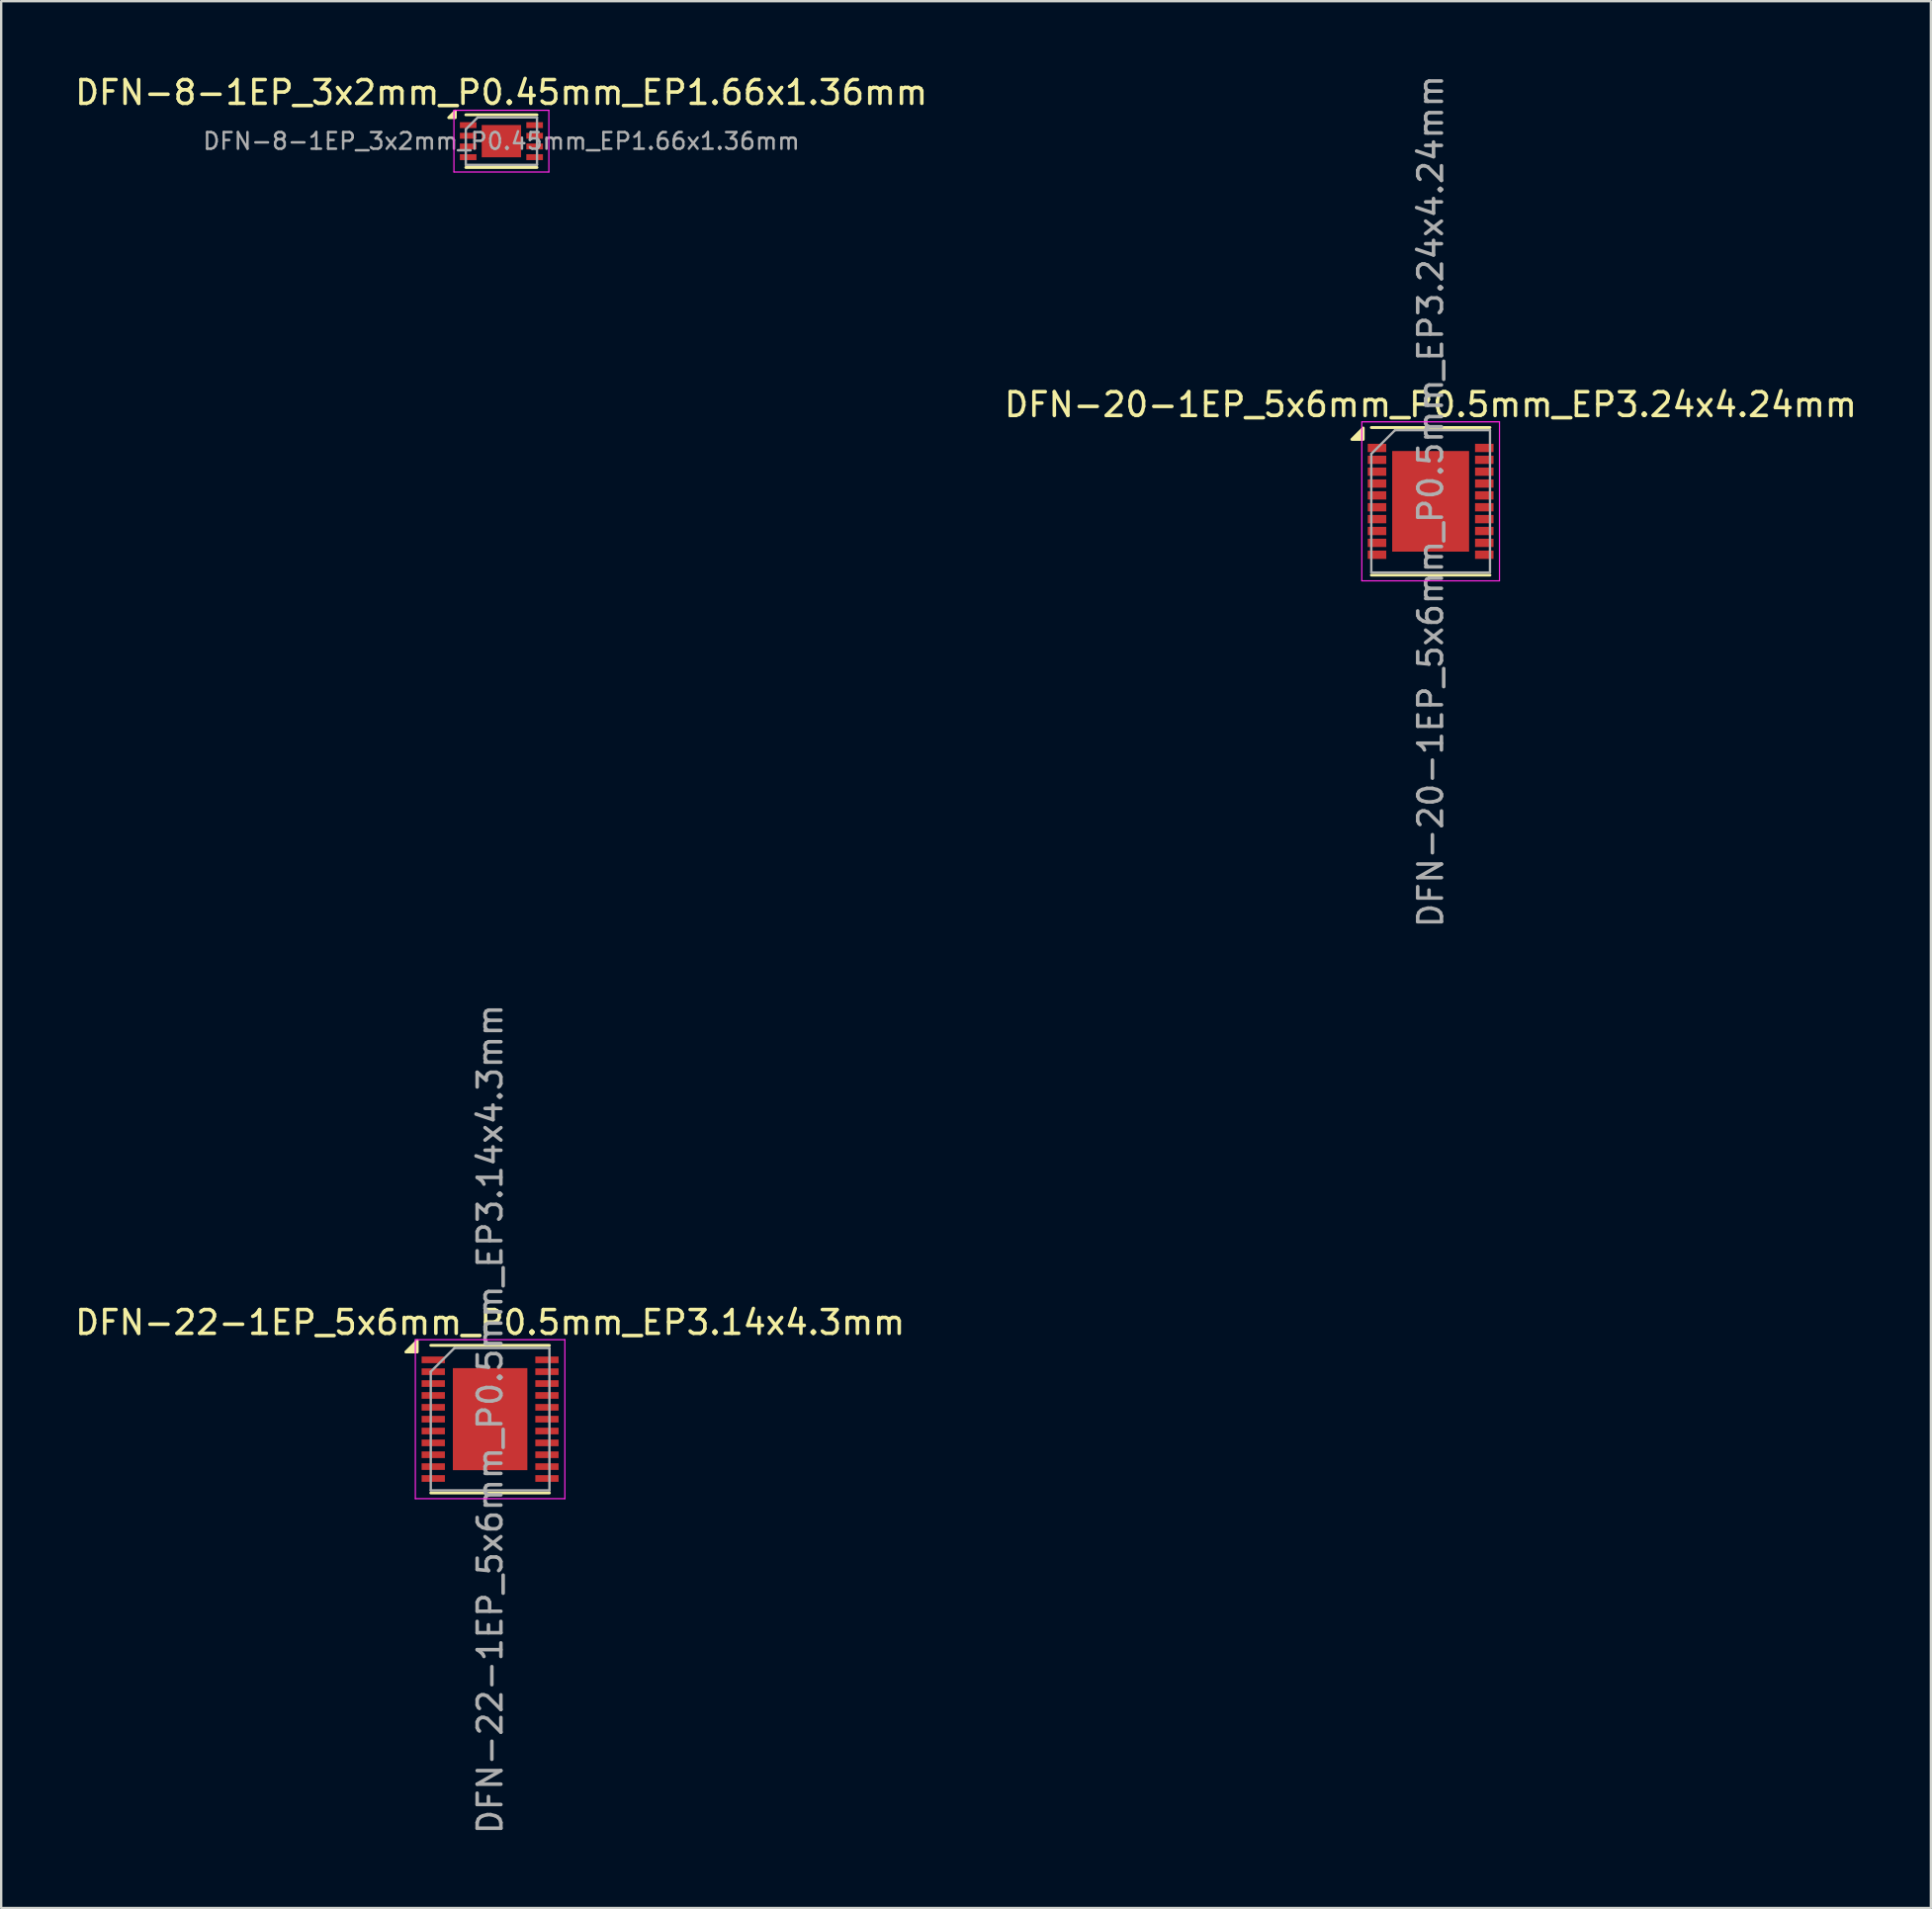
<source format=kicad_pcb>
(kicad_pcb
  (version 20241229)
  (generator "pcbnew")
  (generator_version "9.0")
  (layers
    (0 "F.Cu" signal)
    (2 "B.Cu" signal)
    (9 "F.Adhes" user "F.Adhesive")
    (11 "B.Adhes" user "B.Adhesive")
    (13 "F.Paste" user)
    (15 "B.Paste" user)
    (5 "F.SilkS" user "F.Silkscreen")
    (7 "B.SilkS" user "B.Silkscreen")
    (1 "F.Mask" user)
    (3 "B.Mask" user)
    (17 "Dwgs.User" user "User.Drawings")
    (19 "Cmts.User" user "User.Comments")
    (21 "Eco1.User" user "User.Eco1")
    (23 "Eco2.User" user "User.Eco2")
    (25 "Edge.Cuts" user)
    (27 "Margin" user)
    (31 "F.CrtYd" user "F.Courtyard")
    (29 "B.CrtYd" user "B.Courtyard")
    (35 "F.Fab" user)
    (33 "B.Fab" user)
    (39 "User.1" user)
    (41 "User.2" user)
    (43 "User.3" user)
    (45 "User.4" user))
  (footprint "DFN-8-1EP_3x2mm_P0.45mm_EP1.66x1.36mm"
    (layer "F.Cu")
    (at 18.077 2.898)
    (property "Reference" "DFN-8-1EP_3x2mm_P0.45mm_EP1.66x1.36mm" (at 0 -2.05 0) (layer "F.SilkS") (effects (font (size 1 1) (thickness 0.15))))
    (attr smd)
    (fp_line (start -1.5 -1.11) (end 1.5 -1.11) (stroke (width 0.12) (type solid)) (layer "F.SilkS"))
    (fp_line (start -1.5 1.11) (end 1.5 1.11) (stroke (width 0.12) (type solid)) (layer "F.SilkS"))
    (fp_poly (pts (xy -1.94 -0.99) (xy -2.22 -0.99) (xy -1.94 -1.27) (xy -1.94 -0.99)) (stroke (width 0.12) (type solid)) (fill yes) (layer "F.SilkS"))
    (fp_line (start -2 -1.3) (end -2 1.3) (stroke (width 0.05) (type solid)) (layer "F.CrtYd"))
    (fp_line (start -2 -1.3) (end 2 -1.3) (stroke (width 0.05) (type solid)) (layer "F.CrtYd"))
    (fp_line (start -2 1.3) (end 2 1.3) (stroke (width 0.05) (type solid)) (layer "F.CrtYd"))
    (fp_line (start 2 -1.3) (end 2 1.3) (stroke (width 0.05) (type solid)) (layer "F.CrtYd"))
    (fp_line (start -1.5 -0.5) (end -1 -1) (stroke (width 0.1) (type solid)) (layer "F.Fab"))
    (fp_line (start -1.5 1) (end -1.5 -0.5) (stroke (width 0.1) (type solid)) (layer "F.Fab"))
    (fp_line (start -1 -1) (end 1.5 -1) (stroke (width 0.1) (type solid)) (layer "F.Fab"))
    (fp_line (start 1.5 -1) (end 1.5 1) (stroke (width 0.1) (type solid)) (layer "F.Fab"))
    (fp_line (start 1.5 1) (end -1.5 1) (stroke (width 0.1) (type solid)) (layer "F.Fab"))
    (fp_text user "${REFERENCE}" (at 0 0 0) (layer "F.Fab") (effects (font (size 0.7 0.7) (thickness 0.105))))
    (pad "" smd rect (at -0.415 -0.34) (size 0.66 0.55) (layers "F.Paste"))
    (pad "" smd rect (at -0.415 0.34) (size 0.66 0.55) (layers "F.Paste"))
    (pad "" smd rect (at 0.415 -0.34) (size 0.66 0.55) (layers "F.Paste"))
    (pad "" smd rect (at 0.415 0.34) (size 0.66 0.55) (layers "F.Paste"))
    (pad "1" smd rect (at -1.4 -0.675) (size 0.7 0.25) (layers "F.Cu" "F.Mask" "F.Paste"))
    (pad "2" smd rect (at -1.4 -0.225) (size 0.7 0.25) (layers "F.Cu" "F.Mask" "F.Paste"))
    (pad "3" smd rect (at -1.4 0.225) (size 0.7 0.25) (layers "F.Cu" "F.Mask" "F.Paste"))
    (pad "4" smd rect (at -1.4 0.675) (size 0.7 0.25) (layers "F.Cu" "F.Mask" "F.Paste"))
    (pad "5" smd rect (at 1.4 0.675) (size 0.7 0.25) (layers "F.Cu" "F.Mask" "F.Paste"))
    (pad "6" smd rect (at 1.4 0.225) (size 0.7 0.25) (layers "F.Cu" "F.Mask" "F.Paste"))
    (pad "7" smd rect (at 1.4 -0.225) (size 0.7 0.25) (layers "F.Cu" "F.Mask" "F.Paste"))
    (pad "8" smd rect (at 1.4 -0.675) (size 0.7 0.25) (layers "F.Cu" "F.Mask" "F.Paste"))
    (pad "9" smd rect (at 0 0) (size 1.66 1.36) (layers "F.Cu" "F.Mask")))
  (footprint "DFN-20-1EP_5x6mm_P0.5mm_EP3.24x4.24mm"
    (layer "F.Cu")
    (at 57.232 18.077)
    (property "Reference" "DFN-20-1EP_5x6mm_P0.5mm_EP3.24x4.24mm" (at 0 -4.075 0) (layer "F.SilkS") (effects (font (size 1 1) (thickness 0.15))))
    (attr smd)
    (fp_line (start -2.5 -3.11) (end 2.5 -3.11) (stroke (width 0.12) (type solid)) (layer "F.SilkS"))
    (fp_line (start -2.5 3.11) (end 2.5 3.11) (stroke (width 0.12) (type solid)) (layer "F.SilkS"))
    (fp_poly (pts (xy -2.84 -2.61) (xy -3.32 -2.61) (xy -2.84 -3.09) (xy -2.84 -2.61)) (stroke (width 0.12) (type solid)) (fill yes) (layer "F.SilkS"))
    (fp_line (start -2.9 -3.35) (end -2.9 3.35) (stroke (width 0.05) (type solid)) (layer "F.CrtYd"))
    (fp_line (start -2.9 -3.35) (end 2.9 -3.35) (stroke (width 0.05) (type solid)) (layer "F.CrtYd"))
    (fp_line (start -2.9 3.35) (end 2.9 3.35) (stroke (width 0.05) (type solid)) (layer "F.CrtYd"))
    (fp_line (start 2.9 -3.35) (end 2.9 3.35) (stroke (width 0.05) (type solid)) (layer "F.CrtYd"))
    (fp_line (start -2.5 -2) (end -1.5 -3) (stroke (width 0.1) (type solid)) (layer "F.Fab"))
    (fp_line (start -2.5 3) (end -2.5 -2) (stroke (width 0.1) (type solid)) (layer "F.Fab"))
    (fp_line (start -1.5 -3) (end 2.5 -3) (stroke (width 0.1) (type solid)) (layer "F.Fab"))
    (fp_line (start 2.5 -3) (end 2.5 3) (stroke (width 0.1) (type solid)) (layer "F.Fab"))
    (fp_line (start 2.5 3) (end -2.5 3) (stroke (width 0.1) (type solid)) (layer "F.Fab"))
    (fp_text user "${REFERENCE}" (at 0 0 90) (layer "F.Fab") (effects (font (size 1 1) (thickness 0.15))))
    (pad "" smd rect (at -1.08 -1.59) (size 0.86 0.86) (layers "F.Paste"))
    (pad "" smd rect (at -1.08 -0.53) (size 0.86 0.86) (layers "F.Paste"))
    (pad "" smd rect (at -1.08 0.53) (size 0.86 0.86) (layers "F.Paste"))
    (pad "" smd rect (at -1.08 1.59) (size 0.86 0.86) (layers "F.Paste"))
    (pad "" smd rect (at 0 -1.59) (size 0.86 0.86) (layers "F.Paste"))
    (pad "" smd rect (at 0 -0.53) (size 0.86 0.86) (layers "F.Paste"))
    (pad "" smd rect (at 0 0.53) (size 0.86 0.86) (layers "F.Paste"))
    (pad "" smd rect (at 0 1.59) (size 0.86 0.86) (layers "F.Paste"))
    (pad "" smd rect (at 1.08 -1.59) (size 0.86 0.86) (layers "F.Paste"))
    (pad "" smd rect (at 1.08 -0.53) (size 0.86 0.86) (layers "F.Paste"))
    (pad "" smd rect (at 1.08 0.53) (size 0.86 0.86) (layers "F.Paste"))
    (pad "" smd rect (at 1.08 1.59) (size 0.86 0.86) (layers "F.Paste"))
    (pad "1" smd rect (at -2.26 -2.25) (size 0.78 0.35) (layers "F.Cu" "F.Mask" "F.Paste"))
    (pad "2" smd rect (at -2.26 -1.75) (size 0.78 0.35) (layers "F.Cu" "F.Mask" "F.Paste"))
    (pad "3" smd rect (at -2.26 -1.25) (size 0.78 0.35) (layers "F.Cu" "F.Mask" "F.Paste"))
    (pad "4" smd rect (at -2.26 -0.75) (size 0.78 0.35) (layers "F.Cu" "F.Mask" "F.Paste"))
    (pad "5" smd rect (at -2.26 -0.25) (size 0.78 0.35) (layers "F.Cu" "F.Mask" "F.Paste"))
    (pad "6" smd rect (at -2.26 0.25) (size 0.78 0.35) (layers "F.Cu" "F.Mask" "F.Paste"))
    (pad "7" smd rect (at -2.26 0.75) (size 0.78 0.35) (layers "F.Cu" "F.Mask" "F.Paste"))
    (pad "8" smd rect (at -2.26 1.25) (size 0.78 0.35) (layers "F.Cu" "F.Mask" "F.Paste"))
    (pad "9" smd rect (at -2.26 1.75) (size 0.78 0.35) (layers "F.Cu" "F.Mask" "F.Paste"))
    (pad "10" smd rect (at -2.26 2.25) (size 0.78 0.35) (layers "F.Cu" "F.Mask" "F.Paste"))
    (pad "11" smd rect (at 2.26 2.25) (size 0.78 0.35) (layers "F.Cu" "F.Mask" "F.Paste"))
    (pad "12" smd rect (at 2.26 1.75) (size 0.78 0.35) (layers "F.Cu" "F.Mask" "F.Paste"))
    (pad "13" smd rect (at 2.26 1.25) (size 0.78 0.35) (layers "F.Cu" "F.Mask" "F.Paste"))
    (pad "14" smd rect (at 2.26 0.75) (size 0.78 0.35) (layers "F.Cu" "F.Mask" "F.Paste"))
    (pad "15" smd rect (at 2.26 0.25) (size 0.78 0.35) (layers "F.Cu" "F.Mask" "F.Paste"))
    (pad "16" smd rect (at 2.26 -0.25) (size 0.78 0.35) (layers "F.Cu" "F.Mask" "F.Paste"))
    (pad "17" smd rect (at 2.26 -0.75) (size 0.78 0.35) (layers "F.Cu" "F.Mask" "F.Paste"))
    (pad "18" smd rect (at 2.26 -1.25) (size 0.78 0.35) (layers "F.Cu" "F.Mask" "F.Paste"))
    (pad "19" smd rect (at 2.26 -1.75) (size 0.78 0.35) (layers "F.Cu" "F.Mask" "F.Paste"))
    (pad "20" smd rect (at 2.26 -2.25) (size 0.78 0.35) (layers "F.Cu" "F.Mask" "F.Paste"))
    (pad "21" smd rect (at 0 0) (size 3.24 4.24) (layers "F.Cu" "F.Mask")))
  (footprint "DFN-22-1EP_5x6mm_P0.5mm_EP3.14x4.3mm"
    (layer "F.Cu")
    (at 17.601 56.756)
    (property "Reference" "DFN-22-1EP_5x6mm_P0.5mm_EP3.14x4.3mm" (at 0 -4.075 0) (layer "F.SilkS") (effects (font (size 1 1) (thickness 0.15))))
    (attr smd)
    (fp_line (start -2.5 -3.11) (end 2.5 -3.11) (stroke (width 0.12) (type solid)) (layer "F.SilkS"))
    (fp_line (start -2.5 3.11) (end 2.5 3.11) (stroke (width 0.12) (type solid)) (layer "F.SilkS"))
    (fp_poly (pts (xy -3.07 -2.83) (xy -3.55 -2.83) (xy -3.07 -3.31) (xy -3.07 -2.83)) (stroke (width 0.12) (type solid)) (fill yes) (layer "F.SilkS"))
    (fp_line (start -3.15 -3.35) (end -3.15 3.35) (stroke (width 0.05) (type solid)) (layer "F.CrtYd"))
    (fp_line (start -3.15 -3.35) (end 3.15 -3.35) (stroke (width 0.05) (type solid)) (layer "F.CrtYd"))
    (fp_line (start -3.15 3.35) (end 3.15 3.35) (stroke (width 0.05) (type solid)) (layer "F.CrtYd"))
    (fp_line (start 3.15 -3.35) (end 3.15 3.35) (stroke (width 0.05) (type solid)) (layer "F.CrtYd"))
    (fp_line (start -2.5 -2) (end -1.5 -3) (stroke (width 0.1) (type solid)) (layer "F.Fab"))
    (fp_line (start -2.5 3) (end -2.5 -2) (stroke (width 0.1) (type solid)) (layer "F.Fab"))
    (fp_line (start -1.5 -3) (end 2.5 -3) (stroke (width 0.1) (type solid)) (layer "F.Fab"))
    (fp_line (start 2.5 -3) (end 2.5 3) (stroke (width 0.1) (type solid)) (layer "F.Fab"))
    (fp_line (start 2.5 3) (end -2.5 3) (stroke (width 0.1) (type solid)) (layer "F.Fab"))
    (fp_text user "${REFERENCE}" (at 0 0 90) (layer "F.Fab") (effects (font (size 1 1) (thickness 0.15))))
    (pad "" smd rect (at -1.05 -1.613) (size 0.855 0.855) (layers "F.Paste"))
    (pad "" smd rect (at -1.05 -0.537) (size 0.855 0.855) (layers "F.Paste"))
    (pad "" smd rect (at -1.05 0.537) (size 0.855 0.855) (layers "F.Paste"))
    (pad "" smd rect (at -1.05 1.613) (size 0.855 0.855) (layers "F.Paste"))
    (pad "" smd rect (at 0 -1.613) (size 0.855 0.855) (layers "F.Paste"))
    (pad "" smd rect (at 0 -0.537) (size 0.855 0.855) (layers "F.Paste"))
    (pad "" smd rect (at 0 0.537) (size 0.855 0.855) (layers "F.Paste"))
    (pad "" smd rect (at 0 1.613) (size 0.855 0.855) (layers "F.Paste"))
    (pad "" smd rect (at 1.05 -1.613) (size 0.855 0.855) (layers "F.Paste"))
    (pad "" smd rect (at 1.05 -0.537) (size 0.855 0.855) (layers "F.Paste"))
    (pad "" smd rect (at 1.05 0.537) (size 0.855 0.855) (layers "F.Paste"))
    (pad "" smd rect (at 1.05 1.613) (size 0.855 0.855) (layers "F.Paste"))
    (pad "1" smd rect (at -2.395 -2.5) (size 0.98 0.28) (layers "F.Cu" "F.Mask" "F.Paste"))
    (pad "2" smd rect (at -2.395 -2) (size 0.98 0.28) (layers "F.Cu" "F.Mask" "F.Paste"))
    (pad "3" smd rect (at -2.395 -1.5) (size 0.98 0.28) (layers "F.Cu" "F.Mask" "F.Paste"))
    (pad "4" smd rect (at -2.395 -1) (size 0.98 0.28) (layers "F.Cu" "F.Mask" "F.Paste"))
    (pad "5" smd rect (at -2.395 -0.5) (size 0.98 0.28) (layers "F.Cu" "F.Mask" "F.Paste"))
    (pad "6" smd rect (at -2.395 0) (size 0.98 0.28) (layers "F.Cu" "F.Mask" "F.Paste"))
    (pad "7" smd rect (at -2.395 0.5) (size 0.98 0.28) (layers "F.Cu" "F.Mask" "F.Paste"))
    (pad "8" smd rect (at -2.395 1) (size 0.98 0.28) (layers "F.Cu" "F.Mask" "F.Paste"))
    (pad "9" smd rect (at -2.395 1.5) (size 0.98 0.28) (layers "F.Cu" "F.Mask" "F.Paste"))
    (pad "10" smd rect (at -2.395 2) (size 0.98 0.28) (layers "F.Cu" "F.Mask" "F.Paste"))
    (pad "11" smd rect (at -2.395 2.5) (size 0.98 0.28) (layers "F.Cu" "F.Mask" "F.Paste"))
    (pad "12" smd rect (at 2.395 2.5) (size 0.98 0.28) (layers "F.Cu" "F.Mask" "F.Paste"))
    (pad "13" smd rect (at 2.395 2) (size 0.98 0.28) (layers "F.Cu" "F.Mask" "F.Paste"))
    (pad "14" smd rect (at 2.395 1.5) (size 0.98 0.28) (layers "F.Cu" "F.Mask" "F.Paste"))
    (pad "15" smd rect (at 2.395 1) (size 0.98 0.28) (layers "F.Cu" "F.Mask" "F.Paste"))
    (pad "16" smd rect (at 2.395 0.5) (size 0.98 0.28) (layers "F.Cu" "F.Mask" "F.Paste"))
    (pad "17" smd rect (at 2.395 0) (size 0.98 0.28) (layers "F.Cu" "F.Mask" "F.Paste"))
    (pad "18" smd rect (at 2.395 -0.5) (size 0.98 0.28) (layers "F.Cu" "F.Mask" "F.Paste"))
    (pad "19" smd rect (at 2.395 -1) (size 0.98 0.28) (layers "F.Cu" "F.Mask" "F.Paste"))
    (pad "20" smd rect (at 2.395 -1.5) (size 0.98 0.28) (layers "F.Cu" "F.Mask" "F.Paste"))
    (pad "21" smd rect (at 2.395 -2) (size 0.98 0.28) (layers "F.Cu" "F.Mask" "F.Paste"))
    (pad "22" smd rect (at 2.395 -2.5) (size 0.98 0.28) (layers "F.Cu" "F.Mask" "F.Paste"))
    (pad "23" smd rect (at 0 0) (size 3.14 4.3) (layers "F.Cu" "F.Mask")))
  (gr_rect
    (start -3 -3)
    (end 78.31 77.357)
    (stroke (width 0.1) (type default))
    (fill no)
    (layer "Edge.Cuts")))
</source>
